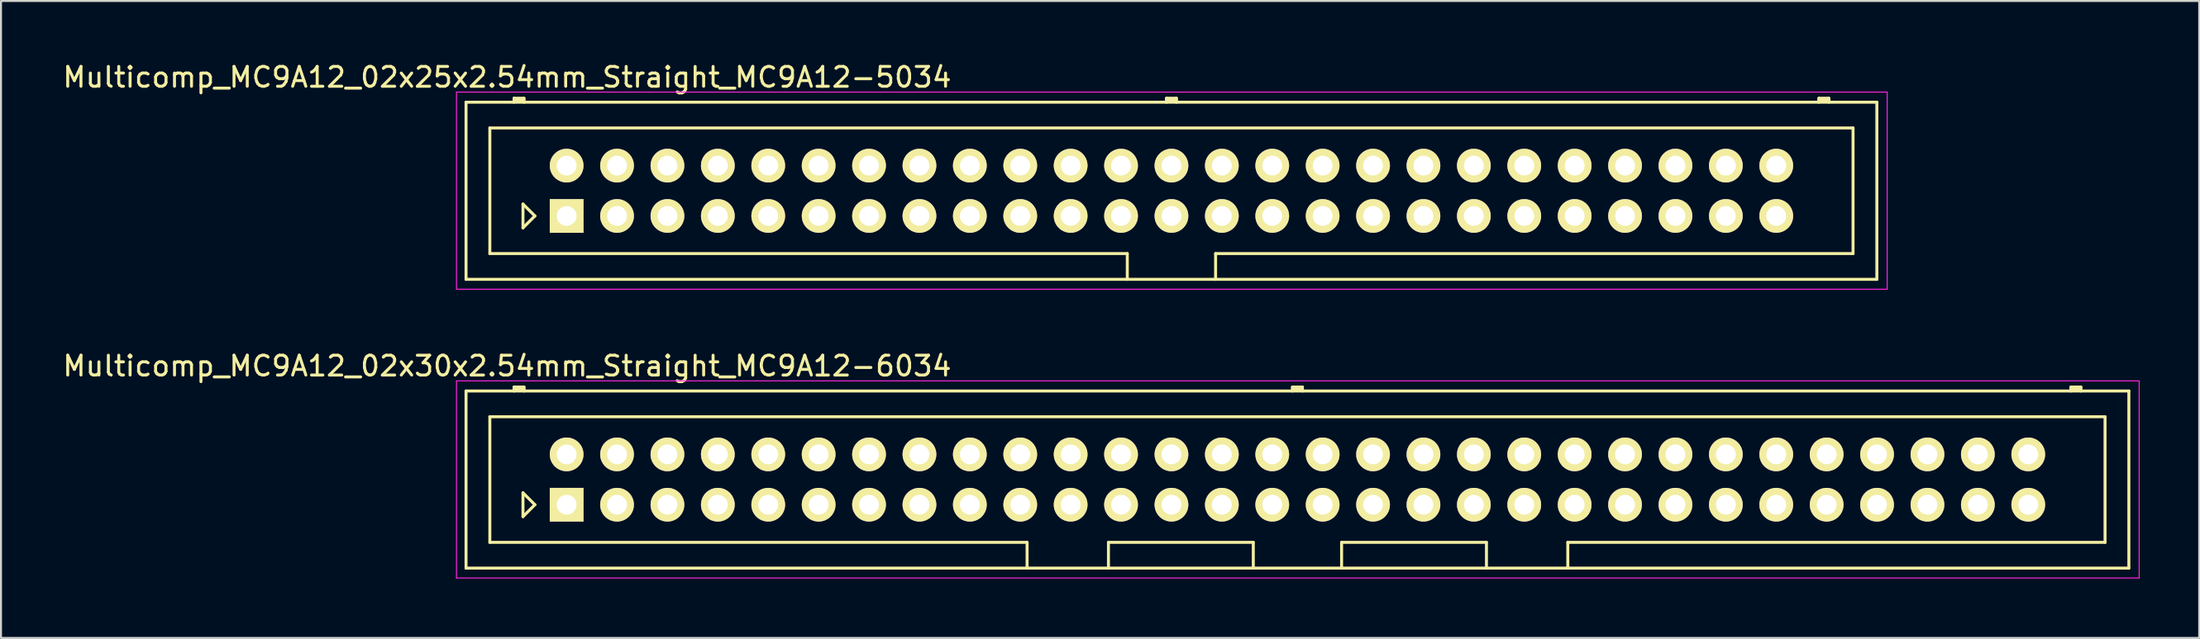
<source format=kicad_pcb>
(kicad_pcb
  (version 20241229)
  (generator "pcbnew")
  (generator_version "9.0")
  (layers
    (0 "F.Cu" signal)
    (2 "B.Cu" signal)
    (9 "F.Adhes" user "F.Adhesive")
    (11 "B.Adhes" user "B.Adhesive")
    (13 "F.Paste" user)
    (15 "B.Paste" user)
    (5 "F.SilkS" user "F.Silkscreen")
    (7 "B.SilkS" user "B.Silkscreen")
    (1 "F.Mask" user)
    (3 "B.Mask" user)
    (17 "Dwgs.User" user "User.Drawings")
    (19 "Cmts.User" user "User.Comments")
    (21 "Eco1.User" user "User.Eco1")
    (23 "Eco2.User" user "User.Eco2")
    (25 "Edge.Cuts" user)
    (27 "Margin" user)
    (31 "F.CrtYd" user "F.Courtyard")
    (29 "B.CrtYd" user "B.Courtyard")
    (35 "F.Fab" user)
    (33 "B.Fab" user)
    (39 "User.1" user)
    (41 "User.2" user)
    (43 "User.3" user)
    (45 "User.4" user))
  (footprint "Multicomp_MC9A12_02x25x2.54mm_Straight_MC9A12-5034"
    (layer "F.Cu")
    (at 25.506 7.848)
    (property "Reference" "Multicomp_MC9A12_02x25x2.54mm_Straight_MC9A12-5034" (at -3 -7 0) (layer "F.SilkS") (effects (font (size 1 1) (thickness 0.15))))
    (attr through_hole)
    (fp_line (start -5.07 -5.74) (end 66.03 -5.74) (stroke (width 0.15) (type solid)) (layer "F.SilkS"))
    (fp_line (start -5.07 3.2) (end -5.07 -5.74) (stroke (width 0.15) (type solid)) (layer "F.SilkS"))
    (fp_line (start -3.87 -4.44) (end 64.83 -4.44) (stroke (width 0.15) (type solid)) (layer "F.SilkS"))
    (fp_line (start -3.87 1.9) (end -3.87 -4.44) (stroke (width 0.15) (type solid)) (layer "F.SilkS"))
    (fp_line (start -2.65 -5.94) (end -2.15 -5.94) (stroke (width 0.15) (type solid)) (layer "F.SilkS"))
    (fp_line (start -2.65 -5.84) (end -2.15 -5.84) (stroke (width 0.15) (type solid)) (layer "F.SilkS"))
    (fp_line (start -2.65 -5.74) (end -2.65 -5.94) (stroke (width 0.15) (type solid)) (layer "F.SilkS"))
    (fp_line (start -2.2 -0.6) (end -1.6 0) (stroke (width 0.15) (type solid)) (layer "F.SilkS"))
    (fp_line (start -2.2 0.6) (end -2.2 -0.6) (stroke (width 0.15) (type solid)) (layer "F.SilkS"))
    (fp_line (start -2.15 -5.94) (end -2.15 -5.74) (stroke (width 0.15) (type solid)) (layer "F.SilkS"))
    (fp_line (start -1.6 0) (end -2.2 0.6) (stroke (width 0.15) (type solid)) (layer "F.SilkS"))
    (fp_line (start 28.255 1.9) (end -3.87 1.9) (stroke (width 0.15) (type solid)) (layer "F.SilkS"))
    (fp_line (start 28.255 3.2) (end 28.255 1.9) (stroke (width 0.15) (type solid)) (layer "F.SilkS"))
    (fp_line (start 30.23 -5.94) (end 30.73 -5.94) (stroke (width 0.15) (type solid)) (layer "F.SilkS"))
    (fp_line (start 30.23 -5.84) (end 30.73 -5.84) (stroke (width 0.15) (type solid)) (layer "F.SilkS"))
    (fp_line (start 30.23 -5.74) (end 30.23 -5.94) (stroke (width 0.15) (type solid)) (layer "F.SilkS"))
    (fp_line (start 30.73 -5.94) (end 30.73 -5.74) (stroke (width 0.15) (type solid)) (layer "F.SilkS"))
    (fp_line (start 32.705 1.9) (end 32.705 3.2) (stroke (width 0.15) (type solid)) (layer "F.SilkS"))
    (fp_line (start 63.11 -5.94) (end 63.61 -5.94) (stroke (width 0.15) (type solid)) (layer "F.SilkS"))
    (fp_line (start 63.11 -5.84) (end 63.61 -5.84) (stroke (width 0.15) (type solid)) (layer "F.SilkS"))
    (fp_line (start 63.11 -5.74) (end 63.11 -5.94) (stroke (width 0.15) (type solid)) (layer "F.SilkS"))
    (fp_line (start 63.61 -5.94) (end 63.61 -5.74) (stroke (width 0.15) (type solid)) (layer "F.SilkS"))
    (fp_line (start 64.83 -4.44) (end 64.83 1.9) (stroke (width 0.15) (type solid)) (layer "F.SilkS"))
    (fp_line (start 64.83 1.9) (end 32.705 1.9) (stroke (width 0.15) (type solid)) (layer "F.SilkS"))
    (fp_line (start 66.03 -5.74) (end 66.03 3.2) (stroke (width 0.15) (type solid)) (layer "F.SilkS"))
    (fp_line (start 66.03 3.2) (end -5.07 3.2) (stroke (width 0.15) (type solid)) (layer "F.SilkS"))
    (fp_line (start -5.55 -6.25) (end 66.55 -6.25) (stroke (width 0.05) (type solid)) (layer "F.CrtYd"))
    (fp_line (start -5.55 3.7) (end -5.55 -6.25) (stroke (width 0.05) (type solid)) (layer "F.CrtYd"))
    (fp_line (start 66.55 -6.25) (end 66.55 3.7) (stroke (width 0.05) (type solid)) (layer "F.CrtYd"))
    (fp_line (start 66.55 3.7) (end -5.55 3.7) (stroke (width 0.05) (type solid)) (layer "F.CrtYd"))
    (pad "1" thru_hole rect (at 0 0) (size 1.7 1.7) (drill 1) (layers "*.Cu" "*.Mask" "F.SilkS"))
    (pad "2" thru_hole circle (at 0 -2.54) (size 1.7 1.7) (drill 1) (layers "*.Cu" "*.Mask" "F.SilkS"))
    (pad "3" thru_hole circle (at 2.54 0) (size 1.7 1.7) (drill 1) (layers "*.Cu" "*.Mask" "F.SilkS"))
    (pad "4" thru_hole circle (at 2.54 -2.54) (size 1.7 1.7) (drill 1) (layers "*.Cu" "*.Mask" "F.SilkS"))
    (pad "5" thru_hole circle (at 5.08 0) (size 1.7 1.7) (drill 1) (layers "*.Cu" "*.Mask" "F.SilkS"))
    (pad "6" thru_hole circle (at 5.08 -2.54) (size 1.7 1.7) (drill 1) (layers "*.Cu" "*.Mask" "F.SilkS"))
    (pad "7" thru_hole circle (at 7.62 0) (size 1.7 1.7) (drill 1) (layers "*.Cu" "*.Mask" "F.SilkS"))
    (pad "8" thru_hole circle (at 7.62 -2.54) (size 1.7 1.7) (drill 1) (layers "*.Cu" "*.Mask" "F.SilkS"))
    (pad "9" thru_hole circle (at 10.16 0) (size 1.7 1.7) (drill 1) (layers "*.Cu" "*.Mask" "F.SilkS"))
    (pad "10" thru_hole circle (at 10.16 -2.54) (size 1.7 1.7) (drill 1) (layers "*.Cu" "*.Mask" "F.SilkS"))
    (pad "11" thru_hole circle (at 12.7 0) (size 1.7 1.7) (drill 1) (layers "*.Cu" "*.Mask" "F.SilkS"))
    (pad "12" thru_hole circle (at 12.7 -2.54) (size 1.7 1.7) (drill 1) (layers "*.Cu" "*.Mask" "F.SilkS"))
    (pad "13" thru_hole circle (at 15.24 0) (size 1.7 1.7) (drill 1) (layers "*.Cu" "*.Mask" "F.SilkS"))
    (pad "14" thru_hole circle (at 15.24 -2.54) (size 1.7 1.7) (drill 1) (layers "*.Cu" "*.Mask" "F.SilkS"))
    (pad "15" thru_hole circle (at 17.78 0) (size 1.7 1.7) (drill 1) (layers "*.Cu" "*.Mask" "F.SilkS"))
    (pad "16" thru_hole circle (at 17.78 -2.54) (size 1.7 1.7) (drill 1) (layers "*.Cu" "*.Mask" "F.SilkS"))
    (pad "17" thru_hole circle (at 20.32 0) (size 1.7 1.7) (drill 1) (layers "*.Cu" "*.Mask" "F.SilkS"))
    (pad "18" thru_hole circle (at 20.32 -2.54) (size 1.7 1.7) (drill 1) (layers "*.Cu" "*.Mask" "F.SilkS"))
    (pad "19" thru_hole circle (at 22.86 0) (size 1.7 1.7) (drill 1) (layers "*.Cu" "*.Mask" "F.SilkS"))
    (pad "20" thru_hole circle (at 22.86 -2.54) (size 1.7 1.7) (drill 1) (layers "*.Cu" "*.Mask" "F.SilkS"))
    (pad "21" thru_hole circle (at 25.4 0) (size 1.7 1.7) (drill 1) (layers "*.Cu" "*.Mask" "F.SilkS"))
    (pad "22" thru_hole circle (at 25.4 -2.54) (size 1.7 1.7) (drill 1) (layers "*.Cu" "*.Mask" "F.SilkS"))
    (pad "23" thru_hole circle (at 27.94 0) (size 1.7 1.7) (drill 1) (layers "*.Cu" "*.Mask" "F.SilkS"))
    (pad "24" thru_hole circle (at 27.94 -2.54) (size 1.7 1.7) (drill 1) (layers "*.Cu" "*.Mask" "F.SilkS"))
    (pad "25" thru_hole circle (at 30.48 0) (size 1.7 1.7) (drill 1) (layers "*.Cu" "*.Mask" "F.SilkS"))
    (pad "26" thru_hole circle (at 30.48 -2.54) (size 1.7 1.7) (drill 1) (layers "*.Cu" "*.Mask" "F.SilkS"))
    (pad "27" thru_hole circle (at 33.02 0) (size 1.7 1.7) (drill 1) (layers "*.Cu" "*.Mask" "F.SilkS"))
    (pad "28" thru_hole circle (at 33.02 -2.54) (size 1.7 1.7) (drill 1) (layers "*.Cu" "*.Mask" "F.SilkS"))
    (pad "29" thru_hole circle (at 35.56 0) (size 1.7 1.7) (drill 1) (layers "*.Cu" "*.Mask" "F.SilkS"))
    (pad "30" thru_hole circle (at 35.56 -2.54) (size 1.7 1.7) (drill 1) (layers "*.Cu" "*.Mask" "F.SilkS"))
    (pad "31" thru_hole circle (at 38.1 0) (size 1.7 1.7) (drill 1) (layers "*.Cu" "*.Mask" "F.SilkS"))
    (pad "32" thru_hole circle (at 38.1 -2.54) (size 1.7 1.7) (drill 1) (layers "*.Cu" "*.Mask" "F.SilkS"))
    (pad "33" thru_hole circle (at 40.64 0) (size 1.7 1.7) (drill 1) (layers "*.Cu" "*.Mask" "F.SilkS"))
    (pad "34" thru_hole circle (at 40.64 -2.54) (size 1.7 1.7) (drill 1) (layers "*.Cu" "*.Mask" "F.SilkS"))
    (pad "35" thru_hole circle (at 43.18 0) (size 1.7 1.7) (drill 1) (layers "*.Cu" "*.Mask" "F.SilkS"))
    (pad "36" thru_hole circle (at 43.18 -2.54) (size 1.7 1.7) (drill 1) (layers "*.Cu" "*.Mask" "F.SilkS"))
    (pad "37" thru_hole circle (at 45.72 0) (size 1.7 1.7) (drill 1) (layers "*.Cu" "*.Mask" "F.SilkS"))
    (pad "38" thru_hole circle (at 45.72 -2.54) (size 1.7 1.7) (drill 1) (layers "*.Cu" "*.Mask" "F.SilkS"))
    (pad "39" thru_hole circle (at 48.26 0) (size 1.7 1.7) (drill 1) (layers "*.Cu" "*.Mask" "F.SilkS"))
    (pad "40" thru_hole circle (at 48.26 -2.54) (size 1.7 1.7) (drill 1) (layers "*.Cu" "*.Mask" "F.SilkS"))
    (pad "41" thru_hole circle (at 50.8 0) (size 1.7 1.7) (drill 1) (layers "*.Cu" "*.Mask" "F.SilkS"))
    (pad "42" thru_hole circle (at 50.8 -2.54) (size 1.7 1.7) (drill 1) (layers "*.Cu" "*.Mask" "F.SilkS"))
    (pad "43" thru_hole circle (at 53.34 0) (size 1.7 1.7) (drill 1) (layers "*.Cu" "*.Mask" "F.SilkS"))
    (pad "44" thru_hole circle (at 53.34 -2.54) (size 1.7 1.7) (drill 1) (layers "*.Cu" "*.Mask" "F.SilkS"))
    (pad "45" thru_hole circle (at 55.88 0) (size 1.7 1.7) (drill 1) (layers "*.Cu" "*.Mask" "F.SilkS"))
    (pad "46" thru_hole circle (at 55.88 -2.54) (size 1.7 1.7) (drill 1) (layers "*.Cu" "*.Mask" "F.SilkS"))
    (pad "47" thru_hole circle (at 58.42 0) (size 1.7 1.7) (drill 1) (layers "*.Cu" "*.Mask" "F.SilkS"))
    (pad "48" thru_hole circle (at 58.42 -2.54) (size 1.7 1.7) (drill 1) (layers "*.Cu" "*.Mask" "F.SilkS"))
    (pad "49" thru_hole circle (at 60.96 0) (size 1.7 1.7) (drill 1) (layers "*.Cu" "*.Mask" "F.SilkS"))
    (pad "50" thru_hole circle (at 60.96 -2.54) (size 1.7 1.7) (drill 1) (layers "*.Cu" "*.Mask" "F.SilkS")))
  (footprint "Multicomp_MC9A12_02x30x2.54mm_Straight_MC9A12-6034"
    (layer "F.Cu")
    (at 25.506 22.422)
    (property "Reference" "Multicomp_MC9A12_02x30x2.54mm_Straight_MC9A12-6034" (at -3 -7 0) (layer "F.SilkS") (effects (font (size 1 1) (thickness 0.15))))
    (attr through_hole)
    (fp_line (start -5.07 -5.74) (end 78.73 -5.74) (stroke (width 0.15) (type solid)) (layer "F.SilkS"))
    (fp_line (start -5.07 3.2) (end -5.07 -5.74) (stroke (width 0.15) (type solid)) (layer "F.SilkS"))
    (fp_line (start -3.87 -4.44) (end 77.53 -4.44) (stroke (width 0.15) (type solid)) (layer "F.SilkS"))
    (fp_line (start -3.87 1.9) (end -3.87 -4.44) (stroke (width 0.15) (type solid)) (layer "F.SilkS"))
    (fp_line (start -2.65 -5.94) (end -2.15 -5.94) (stroke (width 0.15) (type solid)) (layer "F.SilkS"))
    (fp_line (start -2.65 -5.84) (end -2.15 -5.84) (stroke (width 0.15) (type solid)) (layer "F.SilkS"))
    (fp_line (start -2.65 -5.74) (end -2.65 -5.94) (stroke (width 0.15) (type solid)) (layer "F.SilkS"))
    (fp_line (start -2.2 -0.6) (end -1.6 0) (stroke (width 0.15) (type solid)) (layer "F.SilkS"))
    (fp_line (start -2.2 0.6) (end -2.2 -0.6) (stroke (width 0.15) (type solid)) (layer "F.SilkS"))
    (fp_line (start -2.15 -5.94) (end -2.15 -5.74) (stroke (width 0.15) (type solid)) (layer "F.SilkS"))
    (fp_line (start -1.6 0) (end -2.2 0.6) (stroke (width 0.15) (type solid)) (layer "F.SilkS"))
    (fp_line (start 23.205 1.9) (end -3.87 1.9) (stroke (width 0.15) (type solid)) (layer "F.SilkS"))
    (fp_line (start 23.205 3.2) (end 23.205 1.9) (stroke (width 0.15) (type solid)) (layer "F.SilkS"))
    (fp_line (start 27.305 1.9) (end 34.605 1.9) (stroke (width 0.15) (type solid)) (layer "F.SilkS"))
    (fp_line (start 27.305 3.2) (end 27.305 1.9) (stroke (width 0.15) (type solid)) (layer "F.SilkS"))
    (fp_line (start 34.605 1.9) (end 34.605 3.2) (stroke (width 0.15) (type solid)) (layer "F.SilkS"))
    (fp_line (start 36.58 -5.94) (end 37.08 -5.94) (stroke (width 0.15) (type solid)) (layer "F.SilkS"))
    (fp_line (start 36.58 -5.84) (end 37.08 -5.84) (stroke (width 0.15) (type solid)) (layer "F.SilkS"))
    (fp_line (start 36.58 -5.74) (end 36.58 -5.94) (stroke (width 0.15) (type solid)) (layer "F.SilkS"))
    (fp_line (start 37.08 -5.94) (end 37.08 -5.74) (stroke (width 0.15) (type solid)) (layer "F.SilkS"))
    (fp_line (start 39.055 1.9) (end 39.055 3.2) (stroke (width 0.15) (type solid)) (layer "F.SilkS"))
    (fp_line (start 46.355 1.9) (end 39.055 1.9) (stroke (width 0.15) (type solid)) (layer "F.SilkS"))
    (fp_line (start 46.355 3.2) (end 46.355 1.9) (stroke (width 0.15) (type solid)) (layer "F.SilkS"))
    (fp_line (start 50.455 1.9) (end 50.455 3.2) (stroke (width 0.15) (type solid)) (layer "F.SilkS"))
    (fp_line (start 75.81 -5.94) (end 76.31 -5.94) (stroke (width 0.15) (type solid)) (layer "F.SilkS"))
    (fp_line (start 75.81 -5.84) (end 76.31 -5.84) (stroke (width 0.15) (type solid)) (layer "F.SilkS"))
    (fp_line (start 75.81 -5.74) (end 75.81 -5.94) (stroke (width 0.15) (type solid)) (layer "F.SilkS"))
    (fp_line (start 76.31 -5.94) (end 76.31 -5.74) (stroke (width 0.15) (type solid)) (layer "F.SilkS"))
    (fp_line (start 77.53 -4.44) (end 77.53 1.9) (stroke (width 0.15) (type solid)) (layer "F.SilkS"))
    (fp_line (start 77.53 1.9) (end 50.455 1.9) (stroke (width 0.15) (type solid)) (layer "F.SilkS"))
    (fp_line (start 78.73 -5.74) (end 78.73 3.2) (stroke (width 0.15) (type solid)) (layer "F.SilkS"))
    (fp_line (start 78.73 3.2) (end -5.07 3.2) (stroke (width 0.15) (type solid)) (layer "F.SilkS"))
    (fp_line (start -5.55 -6.25) (end 79.25 -6.25) (stroke (width 0.05) (type solid)) (layer "F.CrtYd"))
    (fp_line (start -5.55 3.7) (end -5.55 -6.25) (stroke (width 0.05) (type solid)) (layer "F.CrtYd"))
    (fp_line (start 79.25 -6.25) (end 79.25 3.7) (stroke (width 0.05) (type solid)) (layer "F.CrtYd"))
    (fp_line (start 79.25 3.7) (end -5.55 3.7) (stroke (width 0.05) (type solid)) (layer "F.CrtYd"))
    (pad "1" thru_hole rect (at 0 0) (size 1.7 1.7) (drill 1) (layers "*.Cu" "*.Mask" "F.SilkS"))
    (pad "2" thru_hole circle (at 0 -2.54) (size 1.7 1.7) (drill 1) (layers "*.Cu" "*.Mask" "F.SilkS"))
    (pad "3" thru_hole circle (at 2.54 0) (size 1.7 1.7) (drill 1) (layers "*.Cu" "*.Mask" "F.SilkS"))
    (pad "4" thru_hole circle (at 2.54 -2.54) (size 1.7 1.7) (drill 1) (layers "*.Cu" "*.Mask" "F.SilkS"))
    (pad "5" thru_hole circle (at 5.08 0) (size 1.7 1.7) (drill 1) (layers "*.Cu" "*.Mask" "F.SilkS"))
    (pad "6" thru_hole circle (at 5.08 -2.54) (size 1.7 1.7) (drill 1) (layers "*.Cu" "*.Mask" "F.SilkS"))
    (pad "7" thru_hole circle (at 7.62 0) (size 1.7 1.7) (drill 1) (layers "*.Cu" "*.Mask" "F.SilkS"))
    (pad "8" thru_hole circle (at 7.62 -2.54) (size 1.7 1.7) (drill 1) (layers "*.Cu" "*.Mask" "F.SilkS"))
    (pad "9" thru_hole circle (at 10.16 0) (size 1.7 1.7) (drill 1) (layers "*.Cu" "*.Mask" "F.SilkS"))
    (pad "10" thru_hole circle (at 10.16 -2.54) (size 1.7 1.7) (drill 1) (layers "*.Cu" "*.Mask" "F.SilkS"))
    (pad "11" thru_hole circle (at 12.7 0) (size 1.7 1.7) (drill 1) (layers "*.Cu" "*.Mask" "F.SilkS"))
    (pad "12" thru_hole circle (at 12.7 -2.54) (size 1.7 1.7) (drill 1) (layers "*.Cu" "*.Mask" "F.SilkS"))
    (pad "13" thru_hole circle (at 15.24 0) (size 1.7 1.7) (drill 1) (layers "*.Cu" "*.Mask" "F.SilkS"))
    (pad "14" thru_hole circle (at 15.24 -2.54) (size 1.7 1.7) (drill 1) (layers "*.Cu" "*.Mask" "F.SilkS"))
    (pad "15" thru_hole circle (at 17.78 0) (size 1.7 1.7) (drill 1) (layers "*.Cu" "*.Mask" "F.SilkS"))
    (pad "16" thru_hole circle (at 17.78 -2.54) (size 1.7 1.7) (drill 1) (layers "*.Cu" "*.Mask" "F.SilkS"))
    (pad "17" thru_hole circle (at 20.32 0) (size 1.7 1.7) (drill 1) (layers "*.Cu" "*.Mask" "F.SilkS"))
    (pad "18" thru_hole circle (at 20.32 -2.54) (size 1.7 1.7) (drill 1) (layers "*.Cu" "*.Mask" "F.SilkS"))
    (pad "19" thru_hole circle (at 22.86 0) (size 1.7 1.7) (drill 1) (layers "*.Cu" "*.Mask" "F.SilkS"))
    (pad "20" thru_hole circle (at 22.86 -2.54) (size 1.7 1.7) (drill 1) (layers "*.Cu" "*.Mask" "F.SilkS"))
    (pad "21" thru_hole circle (at 25.4 0) (size 1.7 1.7) (drill 1) (layers "*.Cu" "*.Mask" "F.SilkS"))
    (pad "22" thru_hole circle (at 25.4 -2.54) (size 1.7 1.7) (drill 1) (layers "*.Cu" "*.Mask" "F.SilkS"))
    (pad "23" thru_hole circle (at 27.94 0) (size 1.7 1.7) (drill 1) (layers "*.Cu" "*.Mask" "F.SilkS"))
    (pad "24" thru_hole circle (at 27.94 -2.54) (size 1.7 1.7) (drill 1) (layers "*.Cu" "*.Mask" "F.SilkS"))
    (pad "25" thru_hole circle (at 30.48 0) (size 1.7 1.7) (drill 1) (layers "*.Cu" "*.Mask" "F.SilkS"))
    (pad "26" thru_hole circle (at 30.48 -2.54) (size 1.7 1.7) (drill 1) (layers "*.Cu" "*.Mask" "F.SilkS"))
    (pad "27" thru_hole circle (at 33.02 0) (size 1.7 1.7) (drill 1) (layers "*.Cu" "*.Mask" "F.SilkS"))
    (pad "28" thru_hole circle (at 33.02 -2.54) (size 1.7 1.7) (drill 1) (layers "*.Cu" "*.Mask" "F.SilkS"))
    (pad "29" thru_hole circle (at 35.56 0) (size 1.7 1.7) (drill 1) (layers "*.Cu" "*.Mask" "F.SilkS"))
    (pad "30" thru_hole circle (at 35.56 -2.54) (size 1.7 1.7) (drill 1) (layers "*.Cu" "*.Mask" "F.SilkS"))
    (pad "31" thru_hole circle (at 38.1 0) (size 1.7 1.7) (drill 1) (layers "*.Cu" "*.Mask" "F.SilkS"))
    (pad "32" thru_hole circle (at 38.1 -2.54) (size 1.7 1.7) (drill 1) (layers "*.Cu" "*.Mask" "F.SilkS"))
    (pad "33" thru_hole circle (at 40.64 0) (size 1.7 1.7) (drill 1) (layers "*.Cu" "*.Mask" "F.SilkS"))
    (pad "34" thru_hole circle (at 40.64 -2.54) (size 1.7 1.7) (drill 1) (layers "*.Cu" "*.Mask" "F.SilkS"))
    (pad "35" thru_hole circle (at 43.18 0) (size 1.7 1.7) (drill 1) (layers "*.Cu" "*.Mask" "F.SilkS"))
    (pad "36" thru_hole circle (at 43.18 -2.54) (size 1.7 1.7) (drill 1) (layers "*.Cu" "*.Mask" "F.SilkS"))
    (pad "37" thru_hole circle (at 45.72 0) (size 1.7 1.7) (drill 1) (layers "*.Cu" "*.Mask" "F.SilkS"))
    (pad "38" thru_hole circle (at 45.72 -2.54) (size 1.7 1.7) (drill 1) (layers "*.Cu" "*.Mask" "F.SilkS"))
    (pad "39" thru_hole circle (at 48.26 0) (size 1.7 1.7) (drill 1) (layers "*.Cu" "*.Mask" "F.SilkS"))
    (pad "40" thru_hole circle (at 48.26 -2.54) (size 1.7 1.7) (drill 1) (layers "*.Cu" "*.Mask" "F.SilkS"))
    (pad "41" thru_hole circle (at 50.8 0) (size 1.7 1.7) (drill 1) (layers "*.Cu" "*.Mask" "F.SilkS"))
    (pad "42" thru_hole circle (at 50.8 -2.54) (size 1.7 1.7) (drill 1) (layers "*.Cu" "*.Mask" "F.SilkS"))
    (pad "43" thru_hole circle (at 53.34 0) (size 1.7 1.7) (drill 1) (layers "*.Cu" "*.Mask" "F.SilkS"))
    (pad "44" thru_hole circle (at 53.34 -2.54) (size 1.7 1.7) (drill 1) (layers "*.Cu" "*.Mask" "F.SilkS"))
    (pad "45" thru_hole circle (at 55.88 0) (size 1.7 1.7) (drill 1) (layers "*.Cu" "*.Mask" "F.SilkS"))
    (pad "46" thru_hole circle (at 55.88 -2.54) (size 1.7 1.7) (drill 1) (layers "*.Cu" "*.Mask" "F.SilkS"))
    (pad "47" thru_hole circle (at 58.42 0) (size 1.7 1.7) (drill 1) (layers "*.Cu" "*.Mask" "F.SilkS"))
    (pad "48" thru_hole circle (at 58.42 -2.54) (size 1.7 1.7) (drill 1) (layers "*.Cu" "*.Mask" "F.SilkS"))
    (pad "49" thru_hole circle (at 60.96 0) (size 1.7 1.7) (drill 1) (layers "*.Cu" "*.Mask" "F.SilkS"))
    (pad "50" thru_hole circle (at 60.96 -2.54) (size 1.7 1.7) (drill 1) (layers "*.Cu" "*.Mask" "F.SilkS"))
    (pad "51" thru_hole circle (at 63.5 0) (size 1.7 1.7) (drill 1) (layers "*.Cu" "*.Mask" "F.SilkS"))
    (pad "52" thru_hole circle (at 63.5 -2.54) (size 1.7 1.7) (drill 1) (layers "*.Cu" "*.Mask" "F.SilkS"))
    (pad "53" thru_hole circle (at 66.04 0) (size 1.7 1.7) (drill 1) (layers "*.Cu" "*.Mask" "F.SilkS"))
    (pad "54" thru_hole circle (at 66.04 -2.54) (size 1.7 1.7) (drill 1) (layers "*.Cu" "*.Mask" "F.SilkS"))
    (pad "55" thru_hole circle (at 68.58 0) (size 1.7 1.7) (drill 1) (layers "*.Cu" "*.Mask" "F.SilkS"))
    (pad "56" thru_hole circle (at 68.58 -2.54) (size 1.7 1.7) (drill 1) (layers "*.Cu" "*.Mask" "F.SilkS"))
    (pad "57" thru_hole circle (at 71.12 0) (size 1.7 1.7) (drill 1) (layers "*.Cu" "*.Mask" "F.SilkS"))
    (pad "58" thru_hole circle (at 71.12 -2.54) (size 1.7 1.7) (drill 1) (layers "*.Cu" "*.Mask" "F.SilkS"))
    (pad "59" thru_hole circle (at 73.66 0) (size 1.7 1.7) (drill 1) (layers "*.Cu" "*.Mask" "F.SilkS"))
    (pad "60" thru_hole circle (at 73.66 -2.54) (size 1.7 1.7) (drill 1) (layers "*.Cu" "*.Mask" "F.SilkS")))
  (gr_rect
    (start -3 -3)
    (end 107.781 29.146)
    (stroke (width 0.1) (type default))
    (fill no)
    (layer "Edge.Cuts")))
</source>
